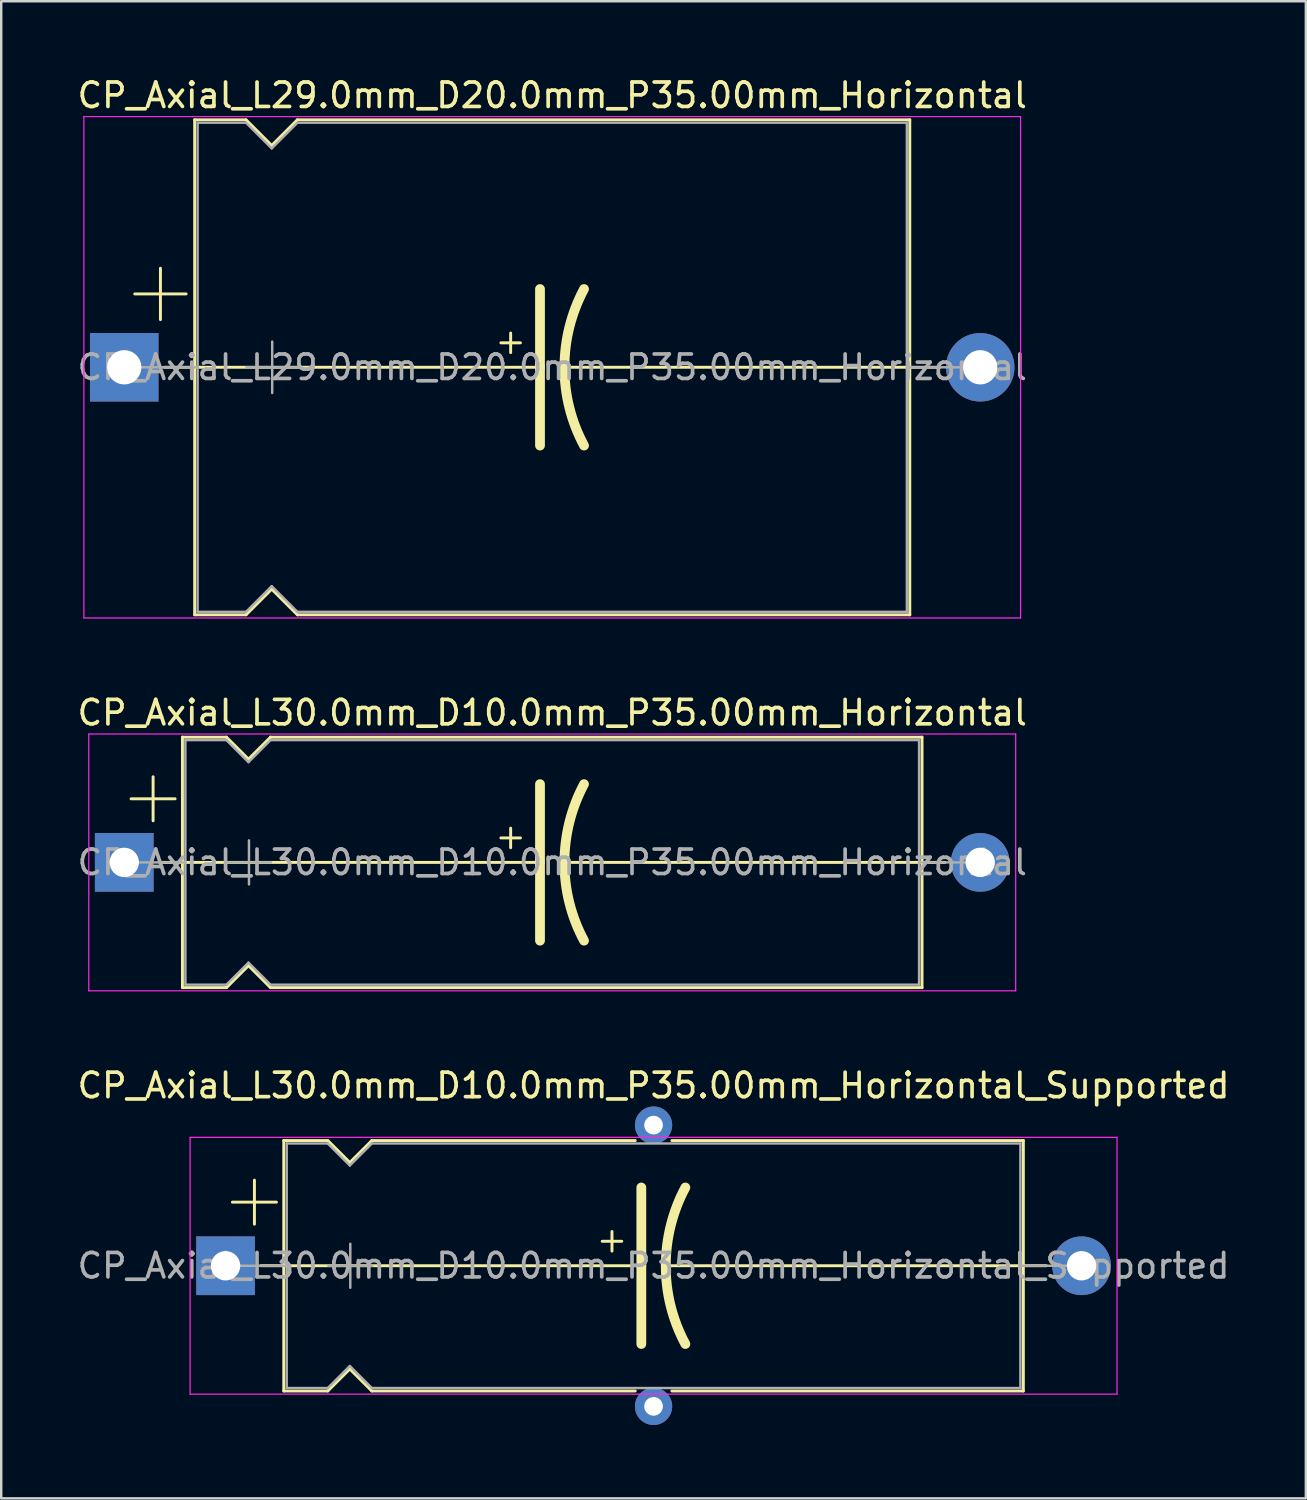
<source format=kicad_pcb>
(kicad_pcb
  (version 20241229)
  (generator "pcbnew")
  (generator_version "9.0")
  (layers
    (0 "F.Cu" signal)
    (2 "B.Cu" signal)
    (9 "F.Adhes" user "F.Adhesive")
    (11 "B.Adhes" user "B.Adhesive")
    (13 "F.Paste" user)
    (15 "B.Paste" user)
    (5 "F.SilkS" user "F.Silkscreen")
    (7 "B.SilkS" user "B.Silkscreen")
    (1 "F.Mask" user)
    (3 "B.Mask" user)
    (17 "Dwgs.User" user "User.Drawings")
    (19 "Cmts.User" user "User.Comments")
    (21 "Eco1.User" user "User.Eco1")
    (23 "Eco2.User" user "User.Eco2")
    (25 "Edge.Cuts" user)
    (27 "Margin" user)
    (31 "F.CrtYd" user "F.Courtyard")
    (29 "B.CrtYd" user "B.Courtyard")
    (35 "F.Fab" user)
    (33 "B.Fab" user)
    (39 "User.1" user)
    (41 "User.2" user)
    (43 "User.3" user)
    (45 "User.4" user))
  (footprint "CP_Axial_L30.0mm_D10.0mm_P35.00mm_Horizontal_Supported"
    (layer "F.Cu")
    (at 6.173 48.705)
    (property "Reference" "CP_Axial_L30.0mm_D10.0mm_P35.00mm_Horizontal_Supported" (at 17.5 -7.37 0) (layer "F.SilkS") (effects (font (size 1 1) (thickness 0.15))))
    (attr through_hole)
    (fp_line (start 0.28 -2.6) (end 2.08 -2.6) (stroke (width 0.12) (type solid)) (layer "F.SilkS"))
    (fp_line (start 1.18 -3.5) (end 1.18 -1.7) (stroke (width 0.12) (type solid)) (layer "F.SilkS"))
    (fp_line (start 1.44 0) (end 2.38 0) (stroke (width 0.12) (type solid)) (layer "F.SilkS"))
    (fp_line (start 2.38 -5.12) (end 2.38 5.12) (stroke (width 0.12) (type solid)) (layer "F.SilkS"))
    (fp_line (start 2.38 -5.12) (end 4.18 -5.12) (stroke (width 0.12) (type solid)) (layer "F.SilkS"))
    (fp_line (start 2.38 0) (end 17 0) (stroke (width 0.12) (type solid)) (layer "F.SilkS"))
    (fp_line (start 2.38 5.12) (end 4.18 5.12) (stroke (width 0.12) (type solid)) (layer "F.SilkS"))
    (fp_line (start 4.18 -5.12) (end 5.08 -4.22) (stroke (width 0.12) (type solid)) (layer "F.SilkS"))
    (fp_line (start 4.18 5.12) (end 5.08 4.22) (stroke (width 0.12) (type solid)) (layer "F.SilkS"))
    (fp_line (start 5.08 -4.22) (end 5.98 -5.12) (stroke (width 0.12) (type solid)) (layer "F.SilkS"))
    (fp_line (start 5.08 4.22) (end 5.98 5.12) (stroke (width 0.12) (type solid)) (layer "F.SilkS"))
    (fp_line (start 5.98 -5.12) (end 16.75 -5.12) (stroke (width 0.12) (type solid)) (layer "F.SilkS"))
    (fp_line (start 5.98 5.12) (end 16.75 5.12) (stroke (width 0.12) (type solid)) (layer "F.SilkS"))
    (fp_line (start 15.4 -1) (end 16.2 -1) (stroke (width 0.12) (type solid)) (layer "F.SilkS"))
    (fp_line (start 15.8 -1.4) (end 15.8 -0.6) (stroke (width 0.12) (type solid)) (layer "F.SilkS"))
    (fp_line (start 17 0) (end 17 -3.2) (stroke (width 0.4) (type solid)) (layer "F.SilkS"))
    (fp_line (start 17 0) (end 17 3.2) (stroke (width 0.4) (type solid)) (layer "F.SilkS"))
    (fp_line (start 18.25 -5.12) (end 32.62 -5.12) (stroke (width 0.12) (type solid)) (layer "F.SilkS"))
    (fp_line (start 18.25 5.12) (end 32.62 5.12) (stroke (width 0.12) (type solid)) (layer "F.SilkS"))
    (fp_line (start 32.62 -5.12) (end 32.62 5.12) (stroke (width 0.12) (type solid)) (layer "F.SilkS"))
    (fp_line (start 32.62 0) (end 18 0) (stroke (width 0.12) (type solid)) (layer "F.SilkS"))
    (fp_line (start 33.56 0) (end 32.62 0) (stroke (width 0.12) (type solid)) (layer "F.SilkS"))
    (fp_arc (start 18 0) (mid 18.203545 -1.649114) (end 18.8 -3.2) (stroke (width 0.4) (type solid)) (layer "F.SilkS"))
    (fp_arc (start 18.8 3.2) (mid 18.200709 1.649823) (end 18 0) (stroke (width 0.4) (type solid)) (layer "F.SilkS"))
    (fp_line (start -1.45 -5.25) (end -1.45 5.25) (stroke (width 0.05) (type solid)) (layer "F.CrtYd"))
    (fp_line (start -1.45 5.25) (end 36.45 5.25) (stroke (width 0.05) (type solid)) (layer "F.CrtYd"))
    (fp_line (start 36.45 -5.25) (end -1.45 -5.25) (stroke (width 0.05) (type solid)) (layer "F.CrtYd"))
    (fp_line (start 36.45 5.25) (end 36.45 -5.25) (stroke (width 0.05) (type solid)) (layer "F.CrtYd"))
    (fp_line (start 0 0) (end 2.5 0) (stroke (width 0.1) (type solid)) (layer "F.Fab"))
    (fp_line (start 2.5 -5) (end 2.5 5) (stroke (width 0.1) (type solid)) (layer "F.Fab"))
    (fp_line (start 2.5 -5) (end 4.18 -5) (stroke (width 0.1) (type solid)) (layer "F.Fab"))
    (fp_line (start 2.5 5) (end 4.18 5) (stroke (width 0.1) (type solid)) (layer "F.Fab"))
    (fp_line (start 4.18 -5) (end 5.08 -4.1) (stroke (width 0.1) (type solid)) (layer "F.Fab"))
    (fp_line (start 4.18 5) (end 5.08 4.1) (stroke (width 0.1) (type solid)) (layer "F.Fab"))
    (fp_line (start 4.2 0) (end 6 0) (stroke (width 0.1) (type solid)) (layer "F.Fab"))
    (fp_line (start 5.08 -4.1) (end 5.98 -5) (stroke (width 0.1) (type solid)) (layer "F.Fab"))
    (fp_line (start 5.08 4.1) (end 5.98 5) (stroke (width 0.1) (type solid)) (layer "F.Fab"))
    (fp_line (start 5.1 -0.9) (end 5.1 0.9) (stroke (width 0.1) (type solid)) (layer "F.Fab"))
    (fp_line (start 5.98 -5) (end 32.5 -5) (stroke (width 0.1) (type solid)) (layer "F.Fab"))
    (fp_line (start 5.98 5) (end 32.5 5) (stroke (width 0.1) (type solid)) (layer "F.Fab"))
    (fp_line (start 32.5 -5) (end 32.5 5) (stroke (width 0.1) (type solid)) (layer "F.Fab"))
    (fp_line (start 35 0) (end 32.5 0) (stroke (width 0.1) (type solid)) (layer "F.Fab"))
    (fp_text user "${REFERENCE}" (at 17.5 0 0) (layer "F.Fab") (effects (font (size 1 1) (thickness 0.15))))
    (pad "" thru_hole circle (at 17.5 -5.75) (size 1.524 1.524) (drill 0.762) (layers "*.Cu" "*.Mask"))
    (pad "" thru_hole circle (at 17.5 5.75) (size 1.524 1.524) (drill 0.762) (layers "*.Cu" "*.Mask"))
    (pad "1" thru_hole rect (at 0 0) (size 2.4 2.4) (drill 1.2) (layers "*.Cu" "*.Mask"))
    (pad "2" thru_hole oval (at 35 0) (size 2.4 2.4) (drill 1.2) (layers "*.Cu" "*.Mask")))
  (footprint "CP_Axial_L30.0mm_D10.0mm_P35.00mm_Horizontal"
    (layer "F.Cu")
    (at 2.03 32.212)
    (property "Reference" "CP_Axial_L30.0mm_D10.0mm_P35.00mm_Horizontal" (at 17.5 -6.12 0) (layer "F.SilkS") (effects (font (size 1 1) (thickness 0.15))))
    (attr through_hole)
    (fp_line (start 0.28 -2.6) (end 2.08 -2.6) (stroke (width 0.12) (type solid)) (layer "F.SilkS"))
    (fp_line (start 1.18 -3.5) (end 1.18 -1.7) (stroke (width 0.12) (type solid)) (layer "F.SilkS"))
    (fp_line (start 1.44 0) (end 2.38 0) (stroke (width 0.12) (type solid)) (layer "F.SilkS"))
    (fp_line (start 2.38 -5.12) (end 2.38 5.12) (stroke (width 0.12) (type solid)) (layer "F.SilkS"))
    (fp_line (start 2.38 -5.12) (end 4.18 -5.12) (stroke (width 0.12) (type solid)) (layer "F.SilkS"))
    (fp_line (start 2.38 0) (end 17 0) (stroke (width 0.12) (type solid)) (layer "F.SilkS"))
    (fp_line (start 2.38 5.12) (end 4.18 5.12) (stroke (width 0.12) (type solid)) (layer "F.SilkS"))
    (fp_line (start 4.18 -5.12) (end 5.08 -4.22) (stroke (width 0.12) (type solid)) (layer "F.SilkS"))
    (fp_line (start 4.18 5.12) (end 5.08 4.22) (stroke (width 0.12) (type solid)) (layer "F.SilkS"))
    (fp_line (start 5.08 -4.22) (end 5.98 -5.12) (stroke (width 0.12) (type solid)) (layer "F.SilkS"))
    (fp_line (start 5.08 4.22) (end 5.98 5.12) (stroke (width 0.12) (type solid)) (layer "F.SilkS"))
    (fp_line (start 5.98 -5.12) (end 32.62 -5.12) (stroke (width 0.12) (type solid)) (layer "F.SilkS"))
    (fp_line (start 5.98 5.12) (end 32.62 5.12) (stroke (width 0.12) (type solid)) (layer "F.SilkS"))
    (fp_line (start 15.4 -1) (end 16.2 -1) (stroke (width 0.12) (type solid)) (layer "F.SilkS"))
    (fp_line (start 15.8 -1.4) (end 15.8 -0.6) (stroke (width 0.12) (type solid)) (layer "F.SilkS"))
    (fp_line (start 17 0) (end 17 -3.2) (stroke (width 0.4) (type solid)) (layer "F.SilkS"))
    (fp_line (start 17 0) (end 17 3.2) (stroke (width 0.4) (type solid)) (layer "F.SilkS"))
    (fp_line (start 32.62 -5.12) (end 32.62 5.12) (stroke (width 0.12) (type solid)) (layer "F.SilkS"))
    (fp_line (start 32.62 0) (end 18 0) (stroke (width 0.12) (type solid)) (layer "F.SilkS"))
    (fp_line (start 33.56 0) (end 32.62 0) (stroke (width 0.12) (type solid)) (layer "F.SilkS"))
    (fp_arc (start 18 0) (mid 18.203545 -1.649114) (end 18.8 -3.2) (stroke (width 0.4) (type solid)) (layer "F.SilkS"))
    (fp_arc (start 18.8 3.2) (mid 18.200709 1.649823) (end 18 0) (stroke (width 0.4) (type solid)) (layer "F.SilkS"))
    (fp_line (start -1.45 -5.25) (end -1.45 5.25) (stroke (width 0.05) (type solid)) (layer "F.CrtYd"))
    (fp_line (start -1.45 5.25) (end 36.45 5.25) (stroke (width 0.05) (type solid)) (layer "F.CrtYd"))
    (fp_line (start 36.45 -5.25) (end -1.45 -5.25) (stroke (width 0.05) (type solid)) (layer "F.CrtYd"))
    (fp_line (start 36.45 5.25) (end 36.45 -5.25) (stroke (width 0.05) (type solid)) (layer "F.CrtYd"))
    (fp_line (start 0 0) (end 2.5 0) (stroke (width 0.1) (type solid)) (layer "F.Fab"))
    (fp_line (start 2.5 -5) (end 2.5 5) (stroke (width 0.1) (type solid)) (layer "F.Fab"))
    (fp_line (start 2.5 -5) (end 4.18 -5) (stroke (width 0.1) (type solid)) (layer "F.Fab"))
    (fp_line (start 2.5 5) (end 4.18 5) (stroke (width 0.1) (type solid)) (layer "F.Fab"))
    (fp_line (start 4.18 -5) (end 5.08 -4.1) (stroke (width 0.1) (type solid)) (layer "F.Fab"))
    (fp_line (start 4.18 5) (end 5.08 4.1) (stroke (width 0.1) (type solid)) (layer "F.Fab"))
    (fp_line (start 4.2 0) (end 6 0) (stroke (width 0.1) (type solid)) (layer "F.Fab"))
    (fp_line (start 5.08 -4.1) (end 5.98 -5) (stroke (width 0.1) (type solid)) (layer "F.Fab"))
    (fp_line (start 5.08 4.1) (end 5.98 5) (stroke (width 0.1) (type solid)) (layer "F.Fab"))
    (fp_line (start 5.1 -0.9) (end 5.1 0.9) (stroke (width 0.1) (type solid)) (layer "F.Fab"))
    (fp_line (start 5.98 -5) (end 32.5 -5) (stroke (width 0.1) (type solid)) (layer "F.Fab"))
    (fp_line (start 5.98 5) (end 32.5 5) (stroke (width 0.1) (type solid)) (layer "F.Fab"))
    (fp_line (start 32.5 -5) (end 32.5 5) (stroke (width 0.1) (type solid)) (layer "F.Fab"))
    (fp_line (start 35 0) (end 32.5 0) (stroke (width 0.1) (type solid)) (layer "F.Fab"))
    (fp_text user "${REFERENCE}" (at 17.5 0 0) (layer "F.Fab") (effects (font (size 1 1) (thickness 0.15))))
    (pad "1" thru_hole rect (at 0 0) (size 2.4 2.4) (drill 1.2) (layers "*.Cu" "*.Mask"))
    (pad "2" thru_hole oval (at 35 0) (size 2.4 2.4) (drill 1.2) (layers "*.Cu" "*.Mask")))
  (footprint "CP_Axial_L29.0mm_D20.0mm_P35.00mm_Horizontal"
    (layer "F.Cu")
    (at 2.03 11.968)
    (property "Reference" "CP_Axial_L29.0mm_D20.0mm_P35.00mm_Horizontal" (at 17.5 -11.12 0) (layer "F.SilkS") (effects (font (size 1 1) (thickness 0.15))))
    (attr through_hole)
    (fp_line (start 0.43 -3) (end 2.53 -3) (stroke (width 0.12) (type solid)) (layer "F.SilkS"))
    (fp_line (start 1.48 -4.05) (end 1.48 -1.95) (stroke (width 0.12) (type solid)) (layer "F.SilkS"))
    (fp_line (start 1.64 0) (end 2.88 0) (stroke (width 0.12) (type solid)) (layer "F.SilkS"))
    (fp_line (start 2.88 -10.12) (end 2.88 10.12) (stroke (width 0.12) (type solid)) (layer "F.SilkS"))
    (fp_line (start 2.88 -10.12) (end 4.98 -10.12) (stroke (width 0.12) (type solid)) (layer "F.SilkS"))
    (fp_line (start 2.88 0) (end 17 0) (stroke (width 0.12) (type solid)) (layer "F.SilkS"))
    (fp_line (start 2.88 10.12) (end 4.98 10.12) (stroke (width 0.12) (type solid)) (layer "F.SilkS"))
    (fp_line (start 4.98 -10.12) (end 6.03 -9.07) (stroke (width 0.12) (type solid)) (layer "F.SilkS"))
    (fp_line (start 4.98 10.12) (end 6.03 9.07) (stroke (width 0.12) (type solid)) (layer "F.SilkS"))
    (fp_line (start 6.03 -9.07) (end 7.08 -10.12) (stroke (width 0.12) (type solid)) (layer "F.SilkS"))
    (fp_line (start 6.03 9.07) (end 7.08 10.12) (stroke (width 0.12) (type solid)) (layer "F.SilkS"))
    (fp_line (start 7.08 -10.12) (end 32.12 -10.12) (stroke (width 0.12) (type solid)) (layer "F.SilkS"))
    (fp_line (start 7.08 10.12) (end 32.12 10.12) (stroke (width 0.12) (type solid)) (layer "F.SilkS"))
    (fp_line (start 15.4 -1) (end 16.2 -1) (stroke (width 0.12) (type solid)) (layer "F.SilkS"))
    (fp_line (start 15.8 -1.4) (end 15.8 -0.6) (stroke (width 0.12) (type solid)) (layer "F.SilkS"))
    (fp_line (start 17 0) (end 17 -3.2) (stroke (width 0.4) (type solid)) (layer "F.SilkS"))
    (fp_line (start 17 0) (end 17 3.2) (stroke (width 0.4) (type solid)) (layer "F.SilkS"))
    (fp_line (start 32.12 -10.12) (end 32.12 10.12) (stroke (width 0.12) (type solid)) (layer "F.SilkS"))
    (fp_line (start 32.12 0) (end 18 0) (stroke (width 0.12) (type solid)) (layer "F.SilkS"))
    (fp_line (start 33.36 0) (end 32.12 0) (stroke (width 0.12) (type solid)) (layer "F.SilkS"))
    (fp_arc (start 18 0) (mid 18.203545 -1.649114) (end 18.8 -3.2) (stroke (width 0.4) (type solid)) (layer "F.SilkS"))
    (fp_arc (start 18.8 3.2) (mid 18.200709 1.649823) (end 18 0) (stroke (width 0.4) (type solid)) (layer "F.SilkS"))
    (fp_line (start -1.65 -10.25) (end -1.65 10.25) (stroke (width 0.05) (type solid)) (layer "F.CrtYd"))
    (fp_line (start -1.65 10.25) (end 36.65 10.25) (stroke (width 0.05) (type solid)) (layer "F.CrtYd"))
    (fp_line (start 36.65 -10.25) (end -1.65 -10.25) (stroke (width 0.05) (type solid)) (layer "F.CrtYd"))
    (fp_line (start 36.65 10.25) (end 36.65 -10.25) (stroke (width 0.05) (type solid)) (layer "F.CrtYd"))
    (fp_line (start 0 0) (end 3 0) (stroke (width 0.1) (type solid)) (layer "F.Fab"))
    (fp_line (start 3 -10) (end 3 10) (stroke (width 0.1) (type solid)) (layer "F.Fab"))
    (fp_line (start 3 -10) (end 4.98 -10) (stroke (width 0.1) (type solid)) (layer "F.Fab"))
    (fp_line (start 3 10) (end 4.98 10) (stroke (width 0.1) (type solid)) (layer "F.Fab"))
    (fp_line (start 4.98 -10) (end 6.03 -8.95) (stroke (width 0.1) (type solid)) (layer "F.Fab"))
    (fp_line (start 4.98 10) (end 6.03 8.95) (stroke (width 0.1) (type solid)) (layer "F.Fab"))
    (fp_line (start 5 0) (end 7.1 0) (stroke (width 0.1) (type solid)) (layer "F.Fab"))
    (fp_line (start 6.03 -8.95) (end 7.08 -10) (stroke (width 0.1) (type solid)) (layer "F.Fab"))
    (fp_line (start 6.03 8.95) (end 7.08 10) (stroke (width 0.1) (type solid)) (layer "F.Fab"))
    (fp_line (start 6.05 -1.05) (end 6.05 1.05) (stroke (width 0.1) (type solid)) (layer "F.Fab"))
    (fp_line (start 7.08 -10) (end 32 -10) (stroke (width 0.1) (type solid)) (layer "F.Fab"))
    (fp_line (start 7.08 10) (end 32 10) (stroke (width 0.1) (type solid)) (layer "F.Fab"))
    (fp_line (start 32 -10) (end 32 10) (stroke (width 0.1) (type solid)) (layer "F.Fab"))
    (fp_line (start 35 0) (end 32 0) (stroke (width 0.1) (type solid)) (layer "F.Fab"))
    (fp_text user "${REFERENCE}" (at 17.5 0 0) (layer "F.Fab") (effects (font (size 1 1) (thickness 0.15))))
    (pad "1" thru_hole rect (at 0 0) (size 2.8 2.8) (drill 1.4) (layers "*.Cu" "*.Mask"))
    (pad "2" thru_hole oval (at 35 0) (size 2.8 2.8) (drill 1.4) (layers "*.Cu" "*.Mask")))
  (gr_rect
    (start -3 -3)
    (end 50.345 58.217)
    (stroke (width 0.1) (type default))
    (fill no)
    (layer "Edge.Cuts")))
</source>
